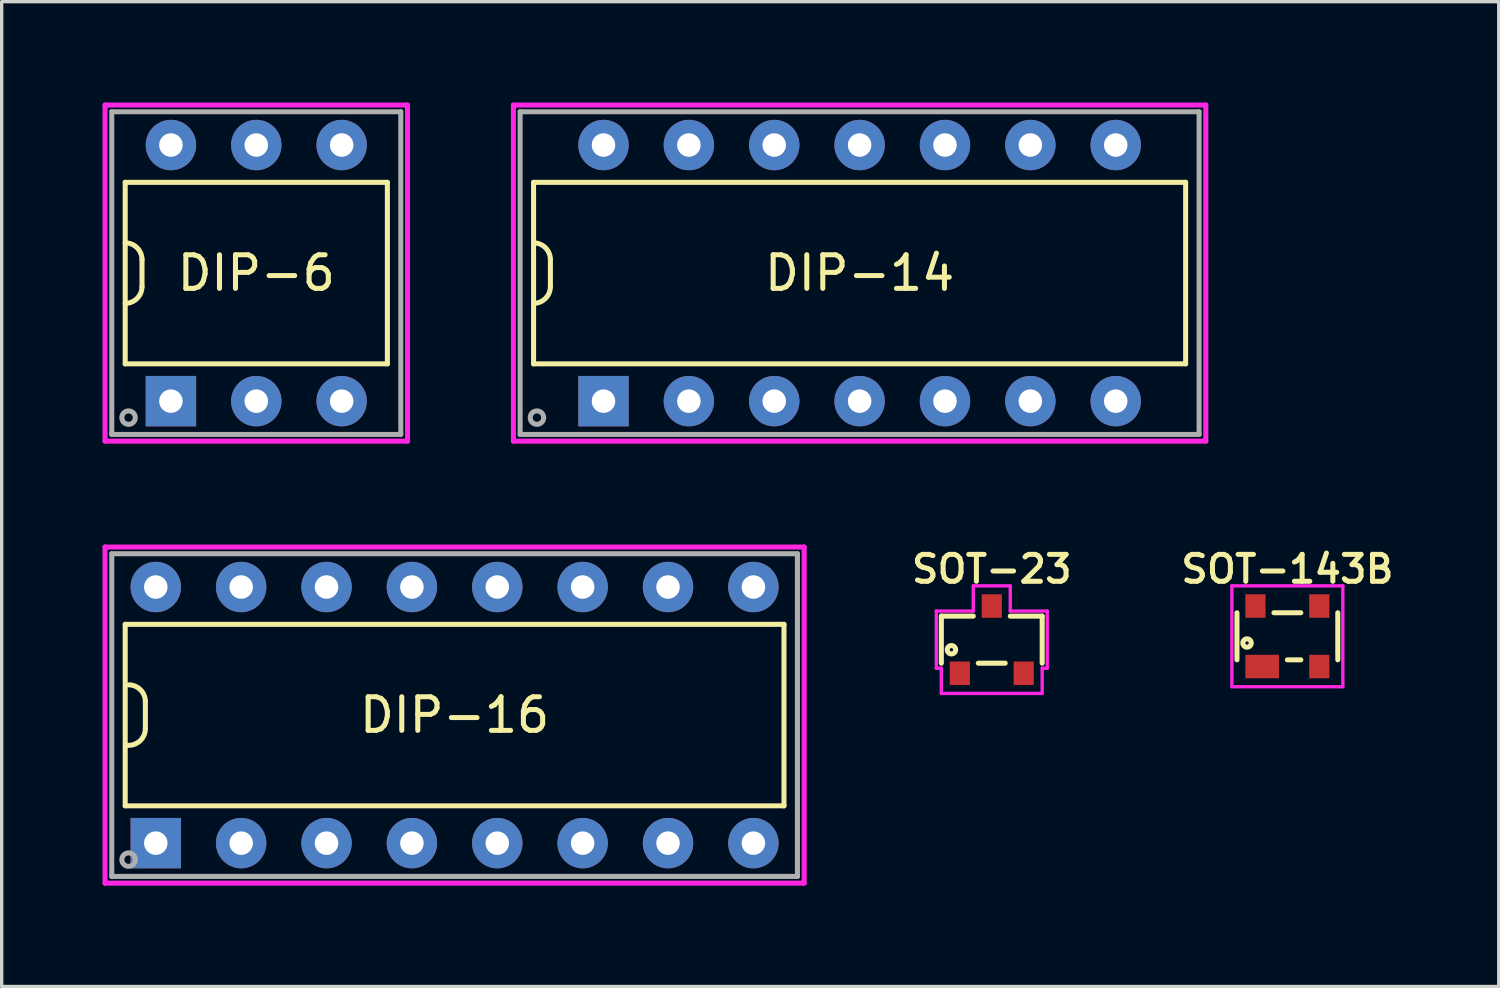
<source format=kicad_pcb>
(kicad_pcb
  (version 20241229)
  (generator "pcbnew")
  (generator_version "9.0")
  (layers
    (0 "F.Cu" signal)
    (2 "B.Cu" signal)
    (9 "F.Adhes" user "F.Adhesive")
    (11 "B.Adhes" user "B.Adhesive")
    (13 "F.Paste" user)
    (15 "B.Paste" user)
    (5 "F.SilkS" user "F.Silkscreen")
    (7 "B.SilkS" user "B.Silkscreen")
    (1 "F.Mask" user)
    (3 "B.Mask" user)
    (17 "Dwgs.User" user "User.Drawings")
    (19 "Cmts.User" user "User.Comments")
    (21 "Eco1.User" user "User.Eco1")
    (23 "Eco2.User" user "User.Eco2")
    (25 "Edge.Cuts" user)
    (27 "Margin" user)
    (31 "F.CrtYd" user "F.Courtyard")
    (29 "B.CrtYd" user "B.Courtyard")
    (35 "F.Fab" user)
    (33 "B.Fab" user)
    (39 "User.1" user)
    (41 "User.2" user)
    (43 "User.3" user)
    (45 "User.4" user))
  (footprint "DIP-6"
    (layer "F.Cu")
    (at 4.575 5.075)
    (property "Reference" "DIP-6" (at 0 0 0) (layer "F.SilkS") (effects (font (size 1 1) (thickness 0.15))))
    (attr through_hole)
    (fp_line (start -3.9 -2.7) (end 3.9 -2.7) (stroke (width 0.15) (type solid)) (layer "F.SilkS"))
    (fp_line (start -3.9 2.7) (end -3.9 -2.7) (stroke (width 0.15) (type solid)) (layer "F.SilkS"))
    (fp_line (start -3.4 -0.4) (end -3.4 0.4) (stroke (width 0.15) (type solid)) (layer "F.SilkS"))
    (fp_line (start 3.9 -2.7) (end 3.9 2.7) (stroke (width 0.15) (type solid)) (layer "F.SilkS"))
    (fp_line (start 3.9 2.7) (end -3.9 2.7) (stroke (width 0.15) (type solid)) (layer "F.SilkS"))
    (fp_arc (start -3.9 -0.9) (mid -3.546447 -0.753553) (end -3.4 -0.4) (stroke (width 0.15) (type solid)) (layer "F.SilkS"))
    (fp_arc (start -3.4 0.4) (mid -3.546447 0.753553) (end -3.9 0.9) (stroke (width 0.15) (type solid)) (layer "F.SilkS"))
    (fp_line (start -4.5 -5) (end 4.5 -5) (stroke (width 0.15) (type solid)) (layer "F.CrtYd"))
    (fp_line (start -4.5 5) (end -4.5 -5) (stroke (width 0.15) (type solid)) (layer "F.CrtYd"))
    (fp_line (start 4.5 -5) (end 4.5 5) (stroke (width 0.15) (type solid)) (layer "F.CrtYd"))
    (fp_line (start 4.5 5) (end -4.5 5) (stroke (width 0.15) (type solid)) (layer "F.CrtYd"))
    (fp_line (start -4.3 -4.8) (end 4.3 -4.8) (stroke (width 0.15) (type solid)) (layer "F.Fab"))
    (fp_line (start -4.3 4.8) (end -4.3 -4.8) (stroke (width 0.15) (type solid)) (layer "F.Fab"))
    (fp_line (start 4.3 -4.8) (end 4.3 4.8) (stroke (width 0.15) (type solid)) (layer "F.Fab"))
    (fp_line (start 4.3 4.8) (end -4.3 4.8) (stroke (width 0.15) (type solid)) (layer "F.Fab"))
    (fp_circle (center -3.8 4.3) (end -3.6 4.3) (stroke (width 0.15) (type solid)) (fill no) (layer "F.Fab"))
    (pad "1" thru_hole rect (at -2.54 3.81) (size 1.5 1.5) (drill 0.7) (layers "*.Cu" "*.Mask"))
    (pad "2" thru_hole circle (at 0 3.81) (size 1.5 1.5) (drill 0.7) (layers "*.Cu" "*.Mask"))
    (pad "3" thru_hole circle (at 2.54 3.81) (size 1.5 1.5) (drill 0.7) (layers "*.Cu" "*.Mask"))
    (pad "4" thru_hole circle (at 2.54 -3.81) (size 1.5 1.5) (drill 0.7) (layers "*.Cu" "*.Mask"))
    (pad "5" thru_hole circle (at 0 -3.81) (size 1.5 1.5) (drill 0.7) (layers "*.Cu" "*.Mask"))
    (pad "6" thru_hole circle (at -2.54 -3.81) (size 1.5 1.5) (drill 0.7) (layers "*.Cu" "*.Mask")))
  (footprint "SOT-143B"
    (layer "F.Cu")
    (at 35.252 15.881)
    (property "Reference" "SOT-143B" (at 0 -2 180) (layer "F.SilkS") (effects (font (size 0.8 0.8) (thickness 0.15))))
    (attr smd)
    (fp_line (start -1.5 -0.7) (end -1.5 0.7) (stroke (width 0.15) (type solid)) (layer "F.SilkS"))
    (fp_line (start -0.4 -0.7) (end 0.4 -0.7) (stroke (width 0.15) (type solid)) (layer "F.SilkS"))
    (fp_line (start 0 0.7) (end 0.4 0.7) (stroke (width 0.15) (type solid)) (layer "F.SilkS"))
    (fp_line (start 1.5 -0.7) (end 1.5 0.7) (stroke (width 0.15) (type solid)) (layer "F.SilkS"))
    (fp_circle (center -1.2 0.2) (end -1.15 0.2) (stroke (width 0.15) (type solid)) (fill no) (layer "F.SilkS"))
    (fp_line (start -1.65 -1.5) (end 1.65 -1.5) (stroke (width 0.1) (type solid)) (layer "F.CrtYd"))
    (fp_line (start -1.65 1.5) (end -1.65 -1.5) (stroke (width 0.1) (type solid)) (layer "F.CrtYd"))
    (fp_line (start -1.65 1.5) (end 1.65 1.5) (stroke (width 0.1) (type solid)) (layer "F.CrtYd"))
    (fp_line (start 1.65 1.5) (end 1.65 -1.5) (stroke (width 0.1) (type solid)) (layer "F.CrtYd"))
    (pad "1" smd rect (at -0.75 0.9) (size 1 0.7) (layers "F.Cu" "F.Mask" "F.Paste"))
    (pad "2" smd rect (at 0.95 0.9) (size 0.6 0.7) (layers "F.Cu" "F.Mask" "F.Paste"))
    (pad "3" smd rect (at 0.95 -0.9) (size 0.6 0.7) (layers "F.Cu" "F.Mask" "F.Paste"))
    (pad "4" smd rect (at -0.95 -0.9) (size 0.6 0.7) (layers "F.Cu" "F.Mask" "F.Paste")))
  (footprint "DIP-14"
    (layer "F.Cu")
    (at 22.525 5.075)
    (property "Reference" "DIP-14" (at 0 0 0) (layer "F.SilkS") (effects (font (size 1 1) (thickness 0.15))))
    (attr through_hole)
    (fp_line (start -9.7 -2.7) (end 9.7 -2.7) (stroke (width 0.15) (type solid)) (layer "F.SilkS"))
    (fp_line (start -9.7 2.7) (end -9.7 -2.7) (stroke (width 0.15) (type solid)) (layer "F.SilkS"))
    (fp_line (start -9.2 -0.4) (end -9.2 0.4) (stroke (width 0.15) (type solid)) (layer "F.SilkS"))
    (fp_line (start 9.7 -2.7) (end 9.7 2.7) (stroke (width 0.15) (type solid)) (layer "F.SilkS"))
    (fp_line (start 9.7 2.7) (end -9.7 2.7) (stroke (width 0.15) (type solid)) (layer "F.SilkS"))
    (fp_arc (start -9.7 -0.9) (mid -9.346447 -0.753553) (end -9.2 -0.4) (stroke (width 0.15) (type solid)) (layer "F.SilkS"))
    (fp_arc (start -9.2 0.4) (mid -9.346447 0.753553) (end -9.7 0.9) (stroke (width 0.15) (type solid)) (layer "F.SilkS"))
    (fp_line (start -10.3 -5) (end 10.3 -5) (stroke (width 0.15) (type solid)) (layer "F.CrtYd"))
    (fp_line (start -10.3 5) (end -10.3 -5) (stroke (width 0.15) (type solid)) (layer "F.CrtYd"))
    (fp_line (start 10.3 -5) (end 10.3 5) (stroke (width 0.15) (type solid)) (layer "F.CrtYd"))
    (fp_line (start 10.3 5) (end -10.3 5) (stroke (width 0.15) (type solid)) (layer "F.CrtYd"))
    (fp_line (start -10.1 -4.8) (end 10.1 -4.8) (stroke (width 0.15) (type solid)) (layer "F.Fab"))
    (fp_line (start -10.1 4.8) (end -10.1 -4.8) (stroke (width 0.15) (type solid)) (layer "F.Fab"))
    (fp_line (start 10.1 -4.8) (end 10.1 4.8) (stroke (width 0.15) (type solid)) (layer "F.Fab"))
    (fp_line (start 10.1 4.8) (end -10.1 4.8) (stroke (width 0.15) (type solid)) (layer "F.Fab"))
    (fp_circle (center -9.6 4.3) (end -9.4 4.3) (stroke (width 0.15) (type solid)) (fill no) (layer "F.Fab"))
    (pad "1" thru_hole rect (at -7.62 3.81) (size 1.5 1.5) (drill 0.7) (layers "*.Cu" "*.Mask"))
    (pad "2" thru_hole circle (at -5.08 3.81) (size 1.5 1.5) (drill 0.7) (layers "*.Cu" "*.Mask"))
    (pad "3" thru_hole circle (at -2.54 3.81) (size 1.5 1.5) (drill 0.7) (layers "*.Cu" "*.Mask"))
    (pad "4" thru_hole circle (at 0 3.81) (size 1.5 1.5) (drill 0.7) (layers "*.Cu" "*.Mask"))
    (pad "5" thru_hole circle (at 2.54 3.81) (size 1.5 1.5) (drill 0.7) (layers "*.Cu" "*.Mask"))
    (pad "6" thru_hole circle (at 5.08 3.81) (size 1.5 1.5) (drill 0.7) (layers "*.Cu" "*.Mask"))
    (pad "7" thru_hole circle (at 7.62 3.81) (size 1.5 1.5) (drill 0.7) (layers "*.Cu" "*.Mask"))
    (pad "8" thru_hole circle (at 7.62 -3.81) (size 1.5 1.5) (drill 0.7) (layers "*.Cu" "*.Mask"))
    (pad "9" thru_hole circle (at 5.08 -3.81) (size 1.5 1.5) (drill 0.7) (layers "*.Cu" "*.Mask"))
    (pad "10" thru_hole circle (at 2.54 -3.81) (size 1.5 1.5) (drill 0.7) (layers "*.Cu" "*.Mask"))
    (pad "11" thru_hole circle (at 0 -3.81) (size 1.5 1.5) (drill 0.7) (layers "*.Cu" "*.Mask"))
    (pad "12" thru_hole circle (at -2.54 -3.81) (size 1.5 1.5) (drill 0.7) (layers "*.Cu" "*.Mask"))
    (pad "13" thru_hole circle (at -5.08 -3.81) (size 1.5 1.5) (drill 0.7) (layers "*.Cu" "*.Mask"))
    (pad "14" thru_hole circle (at -7.62 -3.81) (size 1.5 1.5) (drill 0.7) (layers "*.Cu" "*.Mask")))
  (footprint "SOT-23"
    (layer "F.Cu")
    (at 26.457 15.981)
    (property "Reference" "SOT-23" (at 0 -2.1 180) (layer "F.SilkS") (effects (font (size 0.8 0.8) (thickness 0.15))))
    (attr smd)
    (fp_line (start -1.5 -0.7) (end -1.5 0.7) (stroke (width 0.15) (type solid)) (layer "F.SilkS"))
    (fp_line (start -1.5 -0.7) (end -0.55 -0.7) (stroke (width 0.15) (type solid)) (layer "F.SilkS"))
    (fp_line (start -0.4 0.7) (end 0.4 0.7) (stroke (width 0.15) (type solid)) (layer "F.SilkS"))
    (fp_line (start 1.5 -0.7) (end 0.55 -0.7) (stroke (width 0.15) (type solid)) (layer "F.SilkS"))
    (fp_line (start 1.5 -0.7) (end 1.5 0.7) (stroke (width 0.15) (type solid)) (layer "F.SilkS"))
    (fp_circle (center -1.2 0.3) (end -1.15 0.3) (stroke (width 0.15) (type solid)) (fill no) (layer "F.SilkS"))
    (fp_line (start -1.65 -0.85) (end -0.55 -0.85) (stroke (width 0.1) (type solid)) (layer "F.CrtYd"))
    (fp_line (start -1.65 0.85) (end -1.65 -0.85) (stroke (width 0.1) (type solid)) (layer "F.CrtYd"))
    (fp_line (start -1.5 0.85) (end -1.65 0.85) (stroke (width 0.1) (type solid)) (layer "F.CrtYd"))
    (fp_line (start -1.5 1.6) (end -1.5 0.85) (stroke (width 0.1) (type solid)) (layer "F.CrtYd"))
    (fp_line (start -1.5 1.6) (end 1.5 1.6) (stroke (width 0.1) (type solid)) (layer "F.CrtYd"))
    (fp_line (start -0.55 -1.6) (end 0.55 -1.6) (stroke (width 0.1) (type solid)) (layer "F.CrtYd"))
    (fp_line (start -0.55 -0.85) (end -0.55 -1.6) (stroke (width 0.1) (type solid)) (layer "F.CrtYd"))
    (fp_line (start 0.55 -0.85) (end 0.55 -1.6) (stroke (width 0.1) (type solid)) (layer "F.CrtYd"))
    (fp_line (start 1.5 0.85) (end 1.65 0.85) (stroke (width 0.1) (type solid)) (layer "F.CrtYd"))
    (fp_line (start 1.5 1.6) (end 1.5 0.85) (stroke (width 0.1) (type solid)) (layer "F.CrtYd"))
    (fp_line (start 1.65 -0.85) (end 0.55 -0.85) (stroke (width 0.1) (type solid)) (layer "F.CrtYd"))
    (fp_line (start 1.65 0.85) (end 1.65 -0.85) (stroke (width 0.1) (type solid)) (layer "F.CrtYd"))
    (pad "1" smd rect (at -0.95 1) (size 0.6 0.7) (layers "F.Cu" "F.Mask" "F.Paste"))
    (pad "2" smd rect (at 0.95 1) (size 0.6 0.7) (layers "F.Cu" "F.Mask" "F.Paste"))
    (pad "3" smd rect (at 0 -1) (size 0.6 0.7) (layers "F.Cu" "F.Mask" "F.Paste")))
  (footprint "DIP-16"
    (layer "F.Cu")
    (at 10.475 18.225)
    (property "Reference" "DIP-16" (at 0 0 0) (layer "F.SilkS") (effects (font (size 1 1) (thickness 0.15))))
    (attr through_hole)
    (fp_line (start -9.8 -2.7) (end 9.8 -2.7) (stroke (width 0.15) (type solid)) (layer "F.SilkS"))
    (fp_line (start -9.8 2.7) (end -9.8 -2.7) (stroke (width 0.15) (type solid)) (layer "F.SilkS"))
    (fp_line (start -9.2 -0.4) (end -9.2 0.4) (stroke (width 0.15) (type solid)) (layer "F.SilkS"))
    (fp_line (start 9.8 -2.7) (end 9.8 2.7) (stroke (width 0.15) (type solid)) (layer "F.SilkS"))
    (fp_line (start 9.8 2.7) (end -9.8 2.7) (stroke (width 0.15) (type solid)) (layer "F.SilkS"))
    (fp_arc (start -9.7 -0.9) (mid -9.346447 -0.753553) (end -9.2 -0.4) (stroke (width 0.15) (type solid)) (layer "F.SilkS"))
    (fp_arc (start -9.2 0.4) (mid -9.346447 0.753553) (end -9.7 0.9) (stroke (width 0.15) (type solid)) (layer "F.SilkS"))
    (fp_line (start -10.4 -5) (end 10.4 -5) (stroke (width 0.15) (type solid)) (layer "F.CrtYd"))
    (fp_line (start -10.4 5) (end -10.4 -5) (stroke (width 0.15) (type solid)) (layer "F.CrtYd"))
    (fp_line (start 10.4 -5) (end 10.4 5) (stroke (width 0.15) (type solid)) (layer "F.CrtYd"))
    (fp_line (start 10.4 5) (end -10.4 5) (stroke (width 0.15) (type solid)) (layer "F.CrtYd"))
    (fp_line (start -10.2 -4.8) (end 10.2 -4.8) (stroke (width 0.15) (type solid)) (layer "F.Fab"))
    (fp_line (start -10.2 4.8) (end -10.2 -4.8) (stroke (width 0.15) (type solid)) (layer "F.Fab"))
    (fp_line (start 10.2 -4.8) (end 10.2 4.8) (stroke (width 0.15) (type solid)) (layer "F.Fab"))
    (fp_line (start 10.2 4.8) (end -10.2 4.8) (stroke (width 0.15) (type solid)) (layer "F.Fab"))
    (fp_circle (center -9.7 4.3) (end -9.5 4.3) (stroke (width 0.15) (type solid)) (fill no) (layer "F.Fab"))
    (pad "1" thru_hole rect (at -8.89 3.81) (size 1.5 1.5) (drill 0.7) (layers "*.Cu" "*.Mask"))
    (pad "2" thru_hole circle (at -6.35 3.81) (size 1.5 1.5) (drill 0.7) (layers "*.Cu" "*.Mask"))
    (pad "3" thru_hole circle (at -3.81 3.81) (size 1.5 1.5) (drill 0.7) (layers "*.Cu" "*.Mask"))
    (pad "4" thru_hole circle (at -1.27 3.81) (size 1.5 1.5) (drill 0.7) (layers "*.Cu" "*.Mask"))
    (pad "5" thru_hole circle (at 1.27 3.81) (size 1.5 1.5) (drill 0.7) (layers "*.Cu" "*.Mask"))
    (pad "6" thru_hole circle (at 3.81 3.81) (size 1.5 1.5) (drill 0.7) (layers "*.Cu" "*.Mask"))
    (pad "7" thru_hole circle (at 6.35 3.81) (size 1.5 1.5) (drill 0.7) (layers "*.Cu" "*.Mask"))
    (pad "8" thru_hole circle (at 8.89 3.81) (size 1.5 1.5) (drill 0.7) (layers "*.Cu" "*.Mask"))
    (pad "9" thru_hole circle (at 8.89 -3.81) (size 1.5 1.5) (drill 0.7) (layers "*.Cu" "*.Mask"))
    (pad "10" thru_hole circle (at 6.35 -3.81) (size 1.5 1.5) (drill 0.7) (layers "*.Cu" "*.Mask"))
    (pad "11" thru_hole circle (at 3.81 -3.81) (size 1.5 1.5) (drill 0.7) (layers "*.Cu" "*.Mask"))
    (pad "12" thru_hole circle (at 1.27 -3.81) (size 1.5 1.5) (drill 0.7) (layers "*.Cu" "*.Mask"))
    (pad "13" thru_hole circle (at -1.27 -3.81) (size 1.5 1.5) (drill 0.7) (layers "*.Cu" "*.Mask"))
    (pad "14" thru_hole circle (at -3.81 -3.81) (size 1.5 1.5) (drill 0.7) (layers "*.Cu" "*.Mask"))
    (pad "15" thru_hole circle (at -6.35 -3.81) (size 1.5 1.5) (drill 0.7) (layers "*.Cu" "*.Mask"))
    (pad "16" thru_hole circle (at -8.89 -3.81) (size 1.5 1.5) (drill 0.7) (layers "*.Cu" "*.Mask")))
  (gr_rect
    (start -3 -3)
    (end 41.54 26.3)
    (stroke (width 0.1) (type default))
    (fill no)
    (layer "Edge.Cuts")))
</source>
